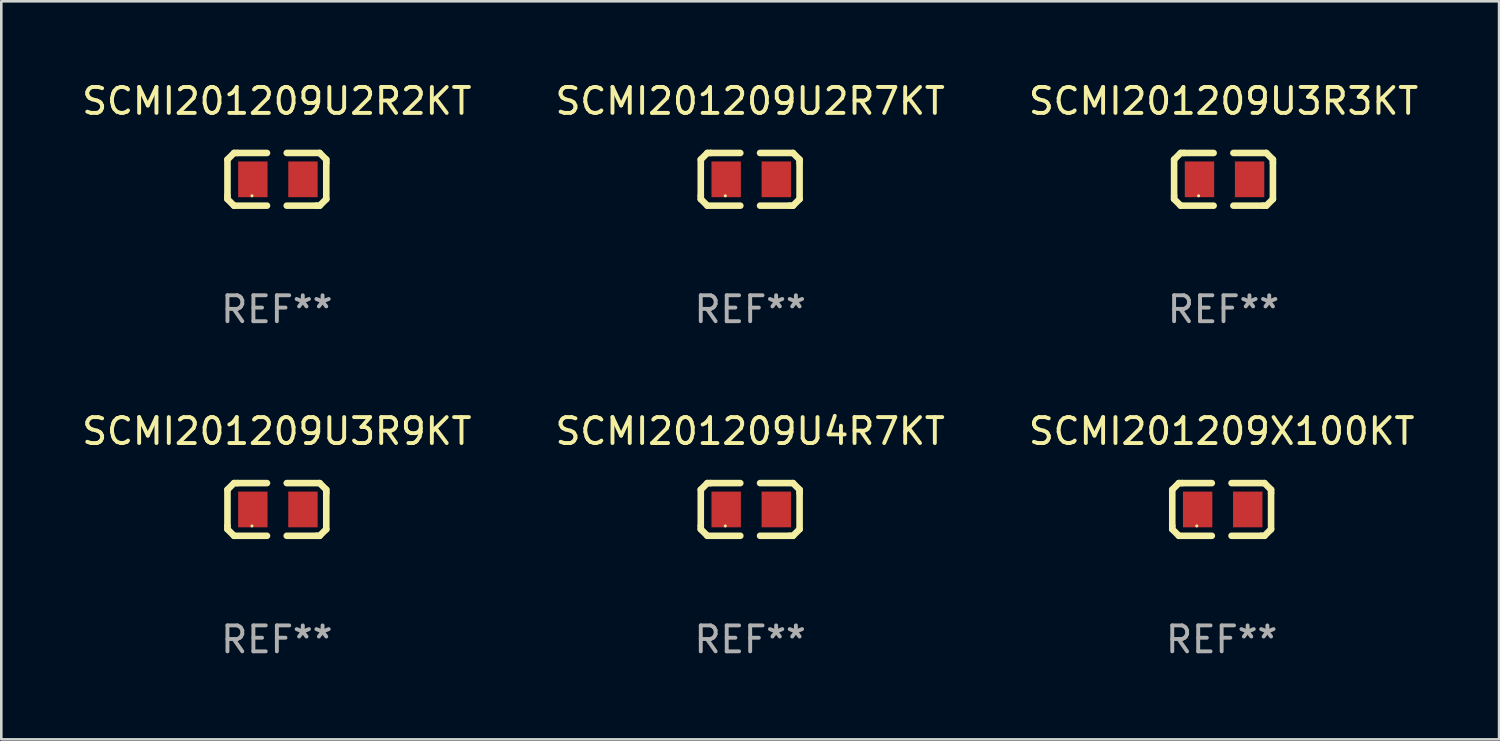
<source format=kicad_pcb>
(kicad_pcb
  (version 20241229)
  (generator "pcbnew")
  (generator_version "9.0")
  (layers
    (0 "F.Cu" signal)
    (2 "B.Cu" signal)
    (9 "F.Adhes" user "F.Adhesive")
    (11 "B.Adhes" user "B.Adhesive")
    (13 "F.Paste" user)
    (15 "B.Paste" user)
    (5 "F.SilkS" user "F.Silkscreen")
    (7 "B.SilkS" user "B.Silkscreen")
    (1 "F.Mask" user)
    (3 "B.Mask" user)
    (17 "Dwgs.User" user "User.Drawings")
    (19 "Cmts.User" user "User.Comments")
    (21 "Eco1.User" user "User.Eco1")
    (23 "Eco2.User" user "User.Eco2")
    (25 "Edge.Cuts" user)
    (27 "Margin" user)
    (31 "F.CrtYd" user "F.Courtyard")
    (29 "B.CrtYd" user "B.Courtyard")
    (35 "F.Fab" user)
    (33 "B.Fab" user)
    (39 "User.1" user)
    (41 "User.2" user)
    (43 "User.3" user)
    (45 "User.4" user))
  (footprint "SCMI201209U3R9KT"
    (layer "F.Cu")
    (at 7.625 16.593)
    (property "Reference" "SCMI201209U3R9KT" (at 0 -3.016 0) (layer "F.SilkS") (effects (font (size 1 1) (thickness 0.15))))
    (attr through_hole)
    (fp_line (start -1.905 -0.762) (end -1.905 0.635) (stroke (width 0.254) (type solid)) (layer "F.SilkS"))
    (fp_line (start -1.905 0.635) (end -1.905 0.762) (stroke (width 0.254) (type solid)) (layer "F.SilkS"))
    (fp_line (start -1.905 0.762) (end -1.651 1.016) (stroke (width 0.254) (type solid)) (layer "F.SilkS"))
    (fp_line (start -1.651 -1.016) (end -1.905 -0.762) (stroke (width 0.254) (type solid)) (layer "F.SilkS"))
    (fp_line (start -1.651 1.016) (end -0.381 1.016) (stroke (width 0.254) (type solid)) (layer "F.SilkS"))
    (fp_line (start -1.524 -1.016) (end -1.651 -1.016) (stroke (width 0.254) (type solid)) (layer "F.SilkS"))
    (fp_line (start -0.381 -1.016) (end -1.524 -1.016) (stroke (width 0.254) (type solid)) (layer "F.SilkS"))
    (fp_line (start 0.381 1.016) (end 1.524 1.016) (stroke (width 0.254) (type solid)) (layer "F.SilkS"))
    (fp_line (start 1.524 1.016) (end 1.651 1.016) (stroke (width 0.254) (type solid)) (layer "F.SilkS"))
    (fp_line (start 1.651 -1.016) (end 0.381 -1.016) (stroke (width 0.254) (type solid)) (layer "F.SilkS"))
    (fp_line (start 1.651 1.016) (end 1.905 0.762) (stroke (width 0.254) (type solid)) (layer "F.SilkS"))
    (fp_line (start 1.905 -0.762) (end 1.651 -1.016) (stroke (width 0.254) (type solid)) (layer "F.SilkS"))
    (fp_line (start 1.905 -0.635) (end 1.905 -0.762) (stroke (width 0.254) (type solid)) (layer "F.SilkS"))
    (fp_line (start 1.905 0.762) (end 1.905 -0.635) (stroke (width 0.254) (type solid)) (layer "F.SilkS"))
    (fp_circle (center -0.96 0.637) (end -0.93 0.637) (stroke (width 0.06) (type solid)) (fill no) (layer "F.SilkS"))
    (fp_text user "REF**" (at 0 5.016 0) (layer "F.Fab") (effects (font (size 1 1) (thickness 0.15))))
    (pad "1" smd rect (at -0.926 -0.000051) (size 1.133 1.377) (layers "F.Cu" "F.Mask" "F.Paste"))
    (pad "2" smd rect (at 1.006 -0.000051) (size 1.133 1.377) (layers "F.Cu" "F.Mask" "F.Paste")))
  (footprint "SCMI201209X100KT"
    (layer "F.Cu")
    (at 44.054 16.593)
    (property "Reference" "SCMI201209X100KT" (at 0 -3.016 0) (layer "F.SilkS") (effects (font (size 1 1) (thickness 0.15))))
    (attr through_hole)
    (fp_line (start -1.905 -0.762) (end -1.905 0.635) (stroke (width 0.254) (type solid)) (layer "F.SilkS"))
    (fp_line (start -1.905 0.635) (end -1.905 0.762) (stroke (width 0.254) (type solid)) (layer "F.SilkS"))
    (fp_line (start -1.905 0.762) (end -1.651 1.016) (stroke (width 0.254) (type solid)) (layer "F.SilkS"))
    (fp_line (start -1.651 -1.016) (end -1.905 -0.762) (stroke (width 0.254) (type solid)) (layer "F.SilkS"))
    (fp_line (start -1.651 1.016) (end -0.381 1.016) (stroke (width 0.254) (type solid)) (layer "F.SilkS"))
    (fp_line (start -1.524 -1.016) (end -1.651 -1.016) (stroke (width 0.254) (type solid)) (layer "F.SilkS"))
    (fp_line (start -0.381 -1.016) (end -1.524 -1.016) (stroke (width 0.254) (type solid)) (layer "F.SilkS"))
    (fp_line (start 0.381 1.016) (end 1.524 1.016) (stroke (width 0.254) (type solid)) (layer "F.SilkS"))
    (fp_line (start 1.524 1.016) (end 1.651 1.016) (stroke (width 0.254) (type solid)) (layer "F.SilkS"))
    (fp_line (start 1.651 -1.016) (end 0.381 -1.016) (stroke (width 0.254) (type solid)) (layer "F.SilkS"))
    (fp_line (start 1.651 1.016) (end 1.905 0.762) (stroke (width 0.254) (type solid)) (layer "F.SilkS"))
    (fp_line (start 1.905 -0.762) (end 1.651 -1.016) (stroke (width 0.254) (type solid)) (layer "F.SilkS"))
    (fp_line (start 1.905 -0.635) (end 1.905 -0.762) (stroke (width 0.254) (type solid)) (layer "F.SilkS"))
    (fp_line (start 1.905 0.762) (end 1.905 -0.635) (stroke (width 0.254) (type solid)) (layer "F.SilkS"))
    (fp_circle (center -0.96 0.637) (end -0.93 0.637) (stroke (width 0.06) (type solid)) (fill no) (layer "F.SilkS"))
    (fp_text user "REF**" (at 0 5.016 0) (layer "F.Fab") (effects (font (size 1 1) (thickness 0.15))))
    (pad "1" smd rect (at -0.926 -0.000051) (size 1.133 1.377) (layers "F.Cu" "F.Mask" "F.Paste"))
    (pad "2" smd rect (at 1.006 -0.000051) (size 1.133 1.377) (layers "F.Cu" "F.Mask" "F.Paste")))
  (footprint "SCMI201209U2R7KT"
    (layer "F.Cu")
    (at 25.875 3.864)
    (property "Reference" "SCMI201209U2R7KT" (at 0 -3.016 0) (layer "F.SilkS") (effects (font (size 1 1) (thickness 0.15))))
    (attr through_hole)
    (fp_line (start -1.905 -0.762) (end -1.905 0.635) (stroke (width 0.254) (type solid)) (layer "F.SilkS"))
    (fp_line (start -1.905 0.635) (end -1.905 0.762) (stroke (width 0.254) (type solid)) (layer "F.SilkS"))
    (fp_line (start -1.905 0.762) (end -1.651 1.016) (stroke (width 0.254) (type solid)) (layer "F.SilkS"))
    (fp_line (start -1.651 -1.016) (end -1.905 -0.762) (stroke (width 0.254) (type solid)) (layer "F.SilkS"))
    (fp_line (start -1.651 1.016) (end -0.381 1.016) (stroke (width 0.254) (type solid)) (layer "F.SilkS"))
    (fp_line (start -1.524 -1.016) (end -1.651 -1.016) (stroke (width 0.254) (type solid)) (layer "F.SilkS"))
    (fp_line (start -0.381 -1.016) (end -1.524 -1.016) (stroke (width 0.254) (type solid)) (layer "F.SilkS"))
    (fp_line (start 0.381 1.016) (end 1.524 1.016) (stroke (width 0.254) (type solid)) (layer "F.SilkS"))
    (fp_line (start 1.524 1.016) (end 1.651 1.016) (stroke (width 0.254) (type solid)) (layer "F.SilkS"))
    (fp_line (start 1.651 -1.016) (end 0.381 -1.016) (stroke (width 0.254) (type solid)) (layer "F.SilkS"))
    (fp_line (start 1.651 1.016) (end 1.905 0.762) (stroke (width 0.254) (type solid)) (layer "F.SilkS"))
    (fp_line (start 1.905 -0.762) (end 1.651 -1.016) (stroke (width 0.254) (type solid)) (layer "F.SilkS"))
    (fp_line (start 1.905 -0.635) (end 1.905 -0.762) (stroke (width 0.254) (type solid)) (layer "F.SilkS"))
    (fp_line (start 1.905 0.762) (end 1.905 -0.635) (stroke (width 0.254) (type solid)) (layer "F.SilkS"))
    (fp_circle (center -0.96 0.637) (end -0.93 0.637) (stroke (width 0.06) (type solid)) (fill no) (layer "F.SilkS"))
    (fp_text user "REF**" (at 0 5.016 0) (layer "F.Fab") (effects (font (size 1 1) (thickness 0.15))))
    (pad "1" smd rect (at -0.926 -0.000051) (size 1.133 1.377) (layers "F.Cu" "F.Mask" "F.Paste"))
    (pad "2" smd rect (at 1.006 -0.000051) (size 1.133 1.377) (layers "F.Cu" "F.Mask" "F.Paste")))
  (footprint "SCMI201209U4R7KT"
    (layer "F.Cu")
    (at 25.875 16.593)
    (property "Reference" "SCMI201209U4R7KT" (at 0 -3.016 0) (layer "F.SilkS") (effects (font (size 1 1) (thickness 0.15))))
    (attr through_hole)
    (fp_line (start -1.905 -0.762) (end -1.905 0.635) (stroke (width 0.254) (type solid)) (layer "F.SilkS"))
    (fp_line (start -1.905 0.635) (end -1.905 0.762) (stroke (width 0.254) (type solid)) (layer "F.SilkS"))
    (fp_line (start -1.905 0.762) (end -1.651 1.016) (stroke (width 0.254) (type solid)) (layer "F.SilkS"))
    (fp_line (start -1.651 -1.016) (end -1.905 -0.762) (stroke (width 0.254) (type solid)) (layer "F.SilkS"))
    (fp_line (start -1.651 1.016) (end -0.381 1.016) (stroke (width 0.254) (type solid)) (layer "F.SilkS"))
    (fp_line (start -1.524 -1.016) (end -1.651 -1.016) (stroke (width 0.254) (type solid)) (layer "F.SilkS"))
    (fp_line (start -0.381 -1.016) (end -1.524 -1.016) (stroke (width 0.254) (type solid)) (layer "F.SilkS"))
    (fp_line (start 0.381 1.016) (end 1.524 1.016) (stroke (width 0.254) (type solid)) (layer "F.SilkS"))
    (fp_line (start 1.524 1.016) (end 1.651 1.016) (stroke (width 0.254) (type solid)) (layer "F.SilkS"))
    (fp_line (start 1.651 -1.016) (end 0.381 -1.016) (stroke (width 0.254) (type solid)) (layer "F.SilkS"))
    (fp_line (start 1.651 1.016) (end 1.905 0.762) (stroke (width 0.254) (type solid)) (layer "F.SilkS"))
    (fp_line (start 1.905 -0.762) (end 1.651 -1.016) (stroke (width 0.254) (type solid)) (layer "F.SilkS"))
    (fp_line (start 1.905 -0.635) (end 1.905 -0.762) (stroke (width 0.254) (type solid)) (layer "F.SilkS"))
    (fp_line (start 1.905 0.762) (end 1.905 -0.635) (stroke (width 0.254) (type solid)) (layer "F.SilkS"))
    (fp_circle (center -0.96 0.637) (end -0.93 0.637) (stroke (width 0.06) (type solid)) (fill no) (layer "F.SilkS"))
    (fp_text user "REF**" (at 0 5.016 0) (layer "F.Fab") (effects (font (size 1 1) (thickness 0.15))))
    (pad "1" smd rect (at -0.926 -0.000051) (size 1.133 1.377) (layers "F.Cu" "F.Mask" "F.Paste"))
    (pad "2" smd rect (at 1.006 -0.000051) (size 1.133 1.377) (layers "F.Cu" "F.Mask" "F.Paste")))
  (footprint "SCMI201209U2R2KT"
    (layer "F.Cu")
    (at 7.625 3.864)
    (property "Reference" "SCMI201209U2R2KT" (at 0 -3.016 0) (layer "F.SilkS") (effects (font (size 1 1) (thickness 0.15))))
    (attr through_hole)
    (fp_line (start -1.905 -0.762) (end -1.905 0.635) (stroke (width 0.254) (type solid)) (layer "F.SilkS"))
    (fp_line (start -1.905 0.635) (end -1.905 0.762) (stroke (width 0.254) (type solid)) (layer "F.SilkS"))
    (fp_line (start -1.905 0.762) (end -1.651 1.016) (stroke (width 0.254) (type solid)) (layer "F.SilkS"))
    (fp_line (start -1.651 -1.016) (end -1.905 -0.762) (stroke (width 0.254) (type solid)) (layer "F.SilkS"))
    (fp_line (start -1.651 1.016) (end -0.381 1.016) (stroke (width 0.254) (type solid)) (layer "F.SilkS"))
    (fp_line (start -1.524 -1.016) (end -1.651 -1.016) (stroke (width 0.254) (type solid)) (layer "F.SilkS"))
    (fp_line (start -0.381 -1.016) (end -1.524 -1.016) (stroke (width 0.254) (type solid)) (layer "F.SilkS"))
    (fp_line (start 0.381 1.016) (end 1.524 1.016) (stroke (width 0.254) (type solid)) (layer "F.SilkS"))
    (fp_line (start 1.524 1.016) (end 1.651 1.016) (stroke (width 0.254) (type solid)) (layer "F.SilkS"))
    (fp_line (start 1.651 -1.016) (end 0.381 -1.016) (stroke (width 0.254) (type solid)) (layer "F.SilkS"))
    (fp_line (start 1.651 1.016) (end 1.905 0.762) (stroke (width 0.254) (type solid)) (layer "F.SilkS"))
    (fp_line (start 1.905 -0.762) (end 1.651 -1.016) (stroke (width 0.254) (type solid)) (layer "F.SilkS"))
    (fp_line (start 1.905 -0.635) (end 1.905 -0.762) (stroke (width 0.254) (type solid)) (layer "F.SilkS"))
    (fp_line (start 1.905 0.762) (end 1.905 -0.635) (stroke (width 0.254) (type solid)) (layer "F.SilkS"))
    (fp_circle (center -0.96 0.637) (end -0.93 0.637) (stroke (width 0.06) (type solid)) (fill no) (layer "F.SilkS"))
    (fp_text user "REF**" (at 0 5.016 0) (layer "F.Fab") (effects (font (size 1 1) (thickness 0.15))))
    (pad "1" smd rect (at -0.926 -0.000051) (size 1.133 1.377) (layers "F.Cu" "F.Mask" "F.Paste"))
    (pad "2" smd rect (at 1.006 -0.000051) (size 1.133 1.377) (layers "F.Cu" "F.Mask" "F.Paste")))
  (footprint "SCMI201209U3R3KT"
    (layer "F.Cu")
    (at 44.125 3.864)
    (property "Reference" "SCMI201209U3R3KT" (at 0 -3.016 0) (layer "F.SilkS") (effects (font (size 1 1) (thickness 0.15))))
    (attr through_hole)
    (fp_line (start -1.905 -0.762) (end -1.905 0.635) (stroke (width 0.254) (type solid)) (layer "F.SilkS"))
    (fp_line (start -1.905 0.635) (end -1.905 0.762) (stroke (width 0.254) (type solid)) (layer "F.SilkS"))
    (fp_line (start -1.905 0.762) (end -1.651 1.016) (stroke (width 0.254) (type solid)) (layer "F.SilkS"))
    (fp_line (start -1.651 -1.016) (end -1.905 -0.762) (stroke (width 0.254) (type solid)) (layer "F.SilkS"))
    (fp_line (start -1.651 1.016) (end -0.381 1.016) (stroke (width 0.254) (type solid)) (layer "F.SilkS"))
    (fp_line (start -1.524 -1.016) (end -1.651 -1.016) (stroke (width 0.254) (type solid)) (layer "F.SilkS"))
    (fp_line (start -0.381 -1.016) (end -1.524 -1.016) (stroke (width 0.254) (type solid)) (layer "F.SilkS"))
    (fp_line (start 0.381 1.016) (end 1.524 1.016) (stroke (width 0.254) (type solid)) (layer "F.SilkS"))
    (fp_line (start 1.524 1.016) (end 1.651 1.016) (stroke (width 0.254) (type solid)) (layer "F.SilkS"))
    (fp_line (start 1.651 -1.016) (end 0.381 -1.016) (stroke (width 0.254) (type solid)) (layer "F.SilkS"))
    (fp_line (start 1.651 1.016) (end 1.905 0.762) (stroke (width 0.254) (type solid)) (layer "F.SilkS"))
    (fp_line (start 1.905 -0.762) (end 1.651 -1.016) (stroke (width 0.254) (type solid)) (layer "F.SilkS"))
    (fp_line (start 1.905 -0.635) (end 1.905 -0.762) (stroke (width 0.254) (type solid)) (layer "F.SilkS"))
    (fp_line (start 1.905 0.762) (end 1.905 -0.635) (stroke (width 0.254) (type solid)) (layer "F.SilkS"))
    (fp_circle (center -0.96 0.637) (end -0.93 0.637) (stroke (width 0.06) (type solid)) (fill no) (layer "F.SilkS"))
    (fp_text user "REF**" (at 0 5.016 0) (layer "F.Fab") (effects (font (size 1 1) (thickness 0.15))))
    (pad "1" smd rect (at -0.926 -0.000051) (size 1.133 1.377) (layers "F.Cu" "F.Mask" "F.Paste"))
    (pad "2" smd rect (at 1.006 -0.000051) (size 1.133 1.377) (layers "F.Cu" "F.Mask" "F.Paste")))
  (gr_rect
    (start -3 -3)
    (end 54.75 25.457)
    (stroke (width 0.1) (type default))
    (fill no)
    (layer "Edge.Cuts")))
</source>
